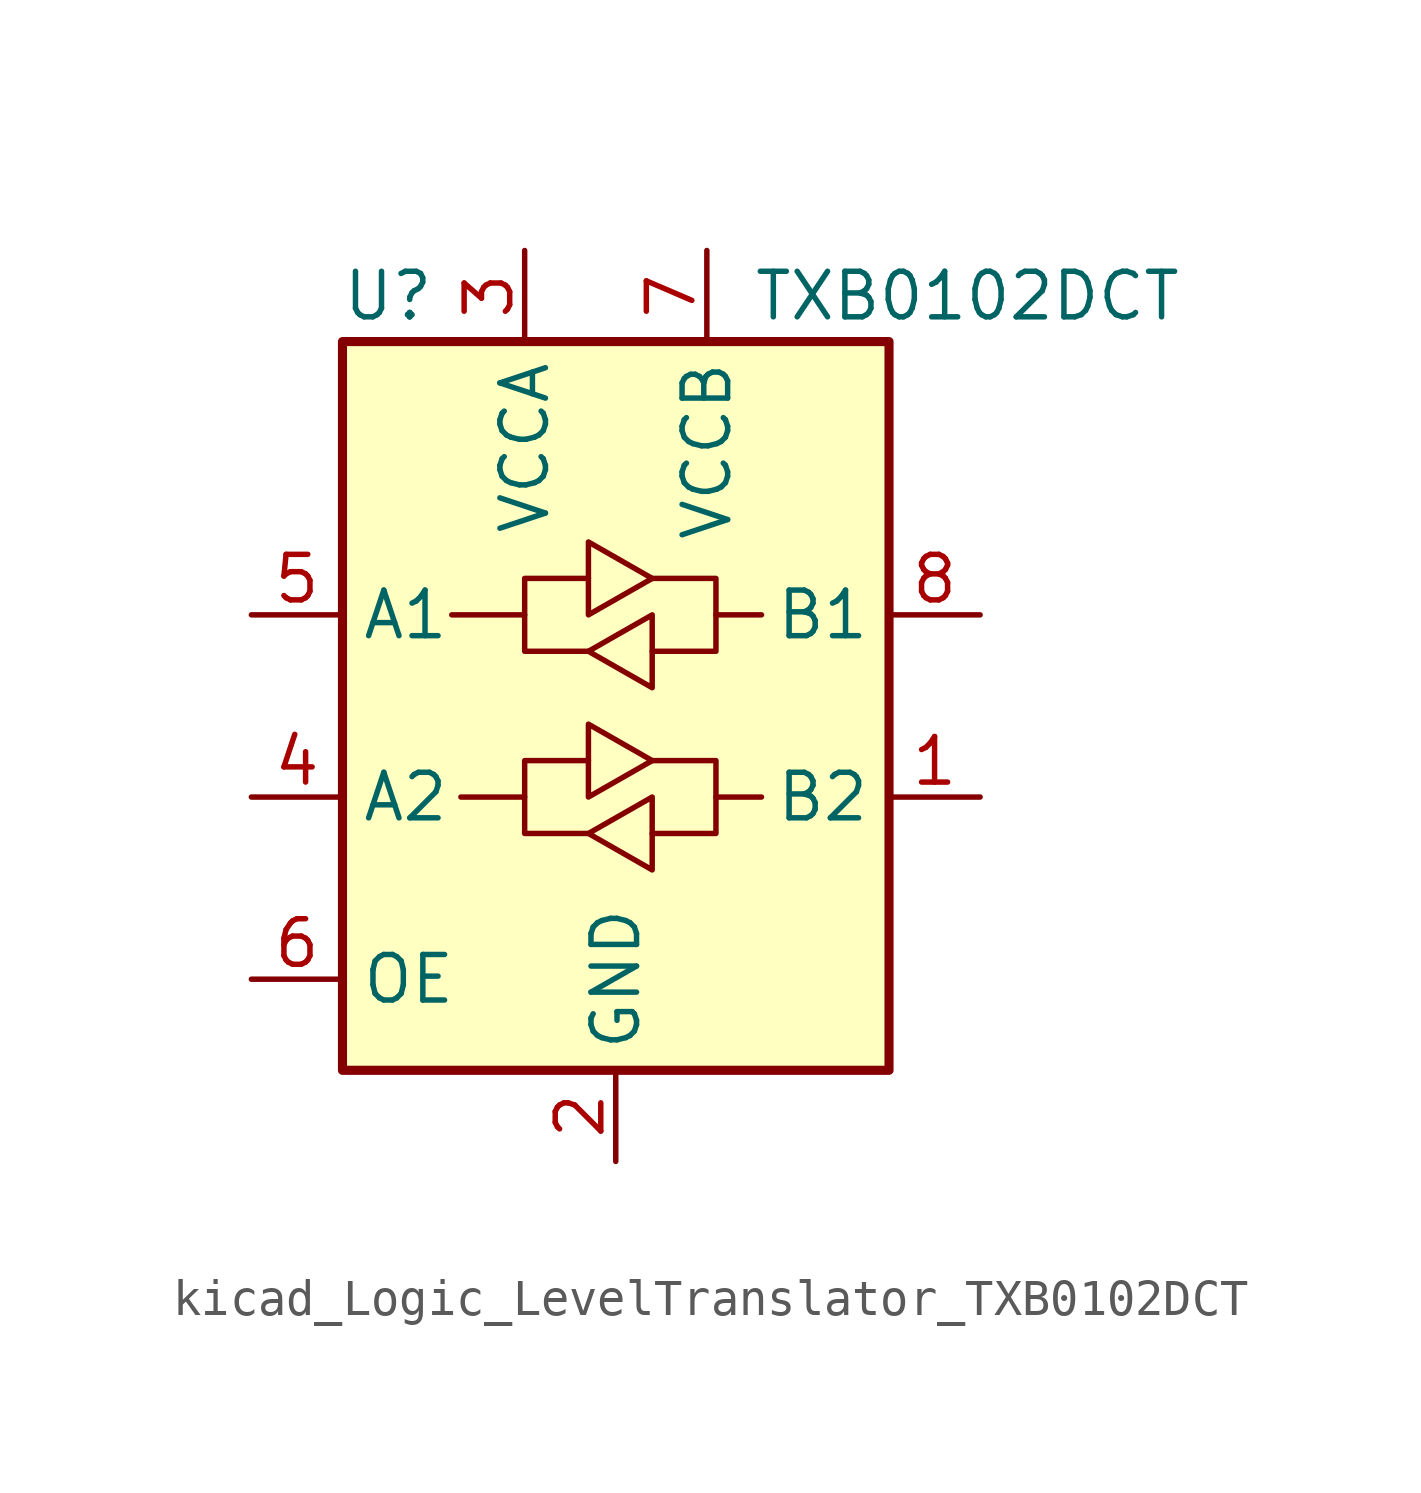
<source format=kicad_sym>
(kicad_symbol_lib
  (version 20220914)
  (generator kicad_symbol_editor)
  (symbol "kicad_Logic_LevelTranslator_TXB0102DCT"
    (property "Reference" "U"
      (at -6.35 11.43 0)
      (effects (font (size 1.27 1.27))))
    (property "Value" "TXB0102DCT"
      (at 3.81 11.43 0)
      (effects (font (size 1.27 1.27)) (justify left)))
    (symbol "kicad_Logic_LevelTranslator_TXB0102DCT_0_1"
      (rectangle (start -7.62 10.16) (end 7.62 -10.16) (stroke (width 0.254) (type default)) (fill (type background)))
      (polyline (pts (xy -2.54 -2.54) (xy -2.54 -1.524) (xy -0.762 -1.524)) (stroke (width 0) (type default)) (fill (type none)))
      (polyline (pts (xy -2.54 2.54) (xy -2.54 3.556) (xy -0.762 3.556)) (stroke (width 0) (type default)) (fill (type none)))
      (polyline (pts (xy 2.794 -2.54) (xy 2.794 -3.556) (xy 1.016 -3.556)) (stroke (width 0) (type default)) (fill (type none)))
      (polyline (pts (xy 2.794 2.54) (xy 2.794 1.524) (xy 1.016 1.524)) (stroke (width 0) (type default)) (fill (type none)))
      (polyline (pts (xy -0.762 -3.556) (xy -2.54 -3.556) (xy -2.54 -2.54) (xy -4.318 -2.54)) (stroke (width 0) (type default)) (fill (type none)))
      (polyline (pts (xy -0.762 -2.54) (xy -0.762 -0.508) (xy 1.016 -1.524) (xy -0.762 -2.54)) (stroke (width 0) (type default)) (fill (type background)))
      (polyline (pts (xy -0.762 1.524) (xy -2.54 1.524) (xy -2.54 2.54) (xy -4.572 2.54)) (stroke (width 0) (type default)) (fill (type none)))
      (polyline (pts (xy -0.762 2.54) (xy -0.762 4.572) (xy 1.016 3.556) (xy -0.762 2.54)) (stroke (width 0) (type default)) (fill (type none)))
      (polyline (pts (xy 1.016 -2.54) (xy 1.016 -4.572) (xy -0.762 -3.556) (xy 1.016 -2.54)) (stroke (width 0) (type default)) (fill (type none)))
      (polyline (pts (xy 1.016 -1.524) (xy 2.794 -1.524) (xy 2.794 -2.54) (xy 4.064 -2.54)) (stroke (width 0) (type default)) (fill (type none)))
      (polyline (pts (xy 1.016 3.556) (xy 2.794 3.556) (xy 2.794 2.54) (xy 4.064 2.54)) (stroke (width 0) (type default)) (fill (type none)))
      (polyline (pts (xy 1.016 2.54) (xy 1.016 0.762) (xy 1.016 0.508) (xy -0.762 1.524) (xy 1.016 2.54)) (stroke (width 0) (type default)) (fill (type none))))
    (symbol "kicad_Logic_LevelTranslator_TXB0102DCT_1_1"
      (pin bidirectional line (at 10.16 -2.54 180) (length 2.54) (name "B2" (effects (font (size 1.27 1.27)))) (number "1" (effects (font (size 1.27 1.27)))))
      (pin power_in line (at 0 -12.7 90) (length 2.54) (name "GND" (effects (font (size 1.27 1.27)))) (number "2" (effects (font (size 1.27 1.27)))))
      (pin power_in line (at -2.54 12.7 270) (length 2.54) (name "VCCA" (effects (font (size 1.27 1.27)))) (number "3" (effects (font (size 1.27 1.27)))))
      (pin bidirectional line (at -10.16 -2.54 0) (length 2.54) (name "A2" (effects (font (size 1.27 1.27)))) (number "4" (effects (font (size 1.27 1.27)))))
      (pin bidirectional line (at -10.16 2.54 0) (length 2.54) (name "A1" (effects (font (size 1.27 1.27)))) (number "5" (effects (font (size 1.27 1.27)))))
      (pin input line (at -10.16 -7.62 0) (length 2.54) (name "OE" (effects (font (size 1.27 1.27)))) (number "6" (effects (font (size 1.27 1.27)))))
      (pin power_in line (at 2.54 12.7 270) (length 2.54) (name "VCCB" (effects (font (size 1.27 1.27)))) (number "7" (effects (font (size 1.27 1.27)))))
      (pin bidirectional line (at 10.16 2.54 180) (length 2.54) (name "B1" (effects (font (size 1.27 1.27)))) (number "8" (effects (font (size 1.27 1.27))))))))
</source>
